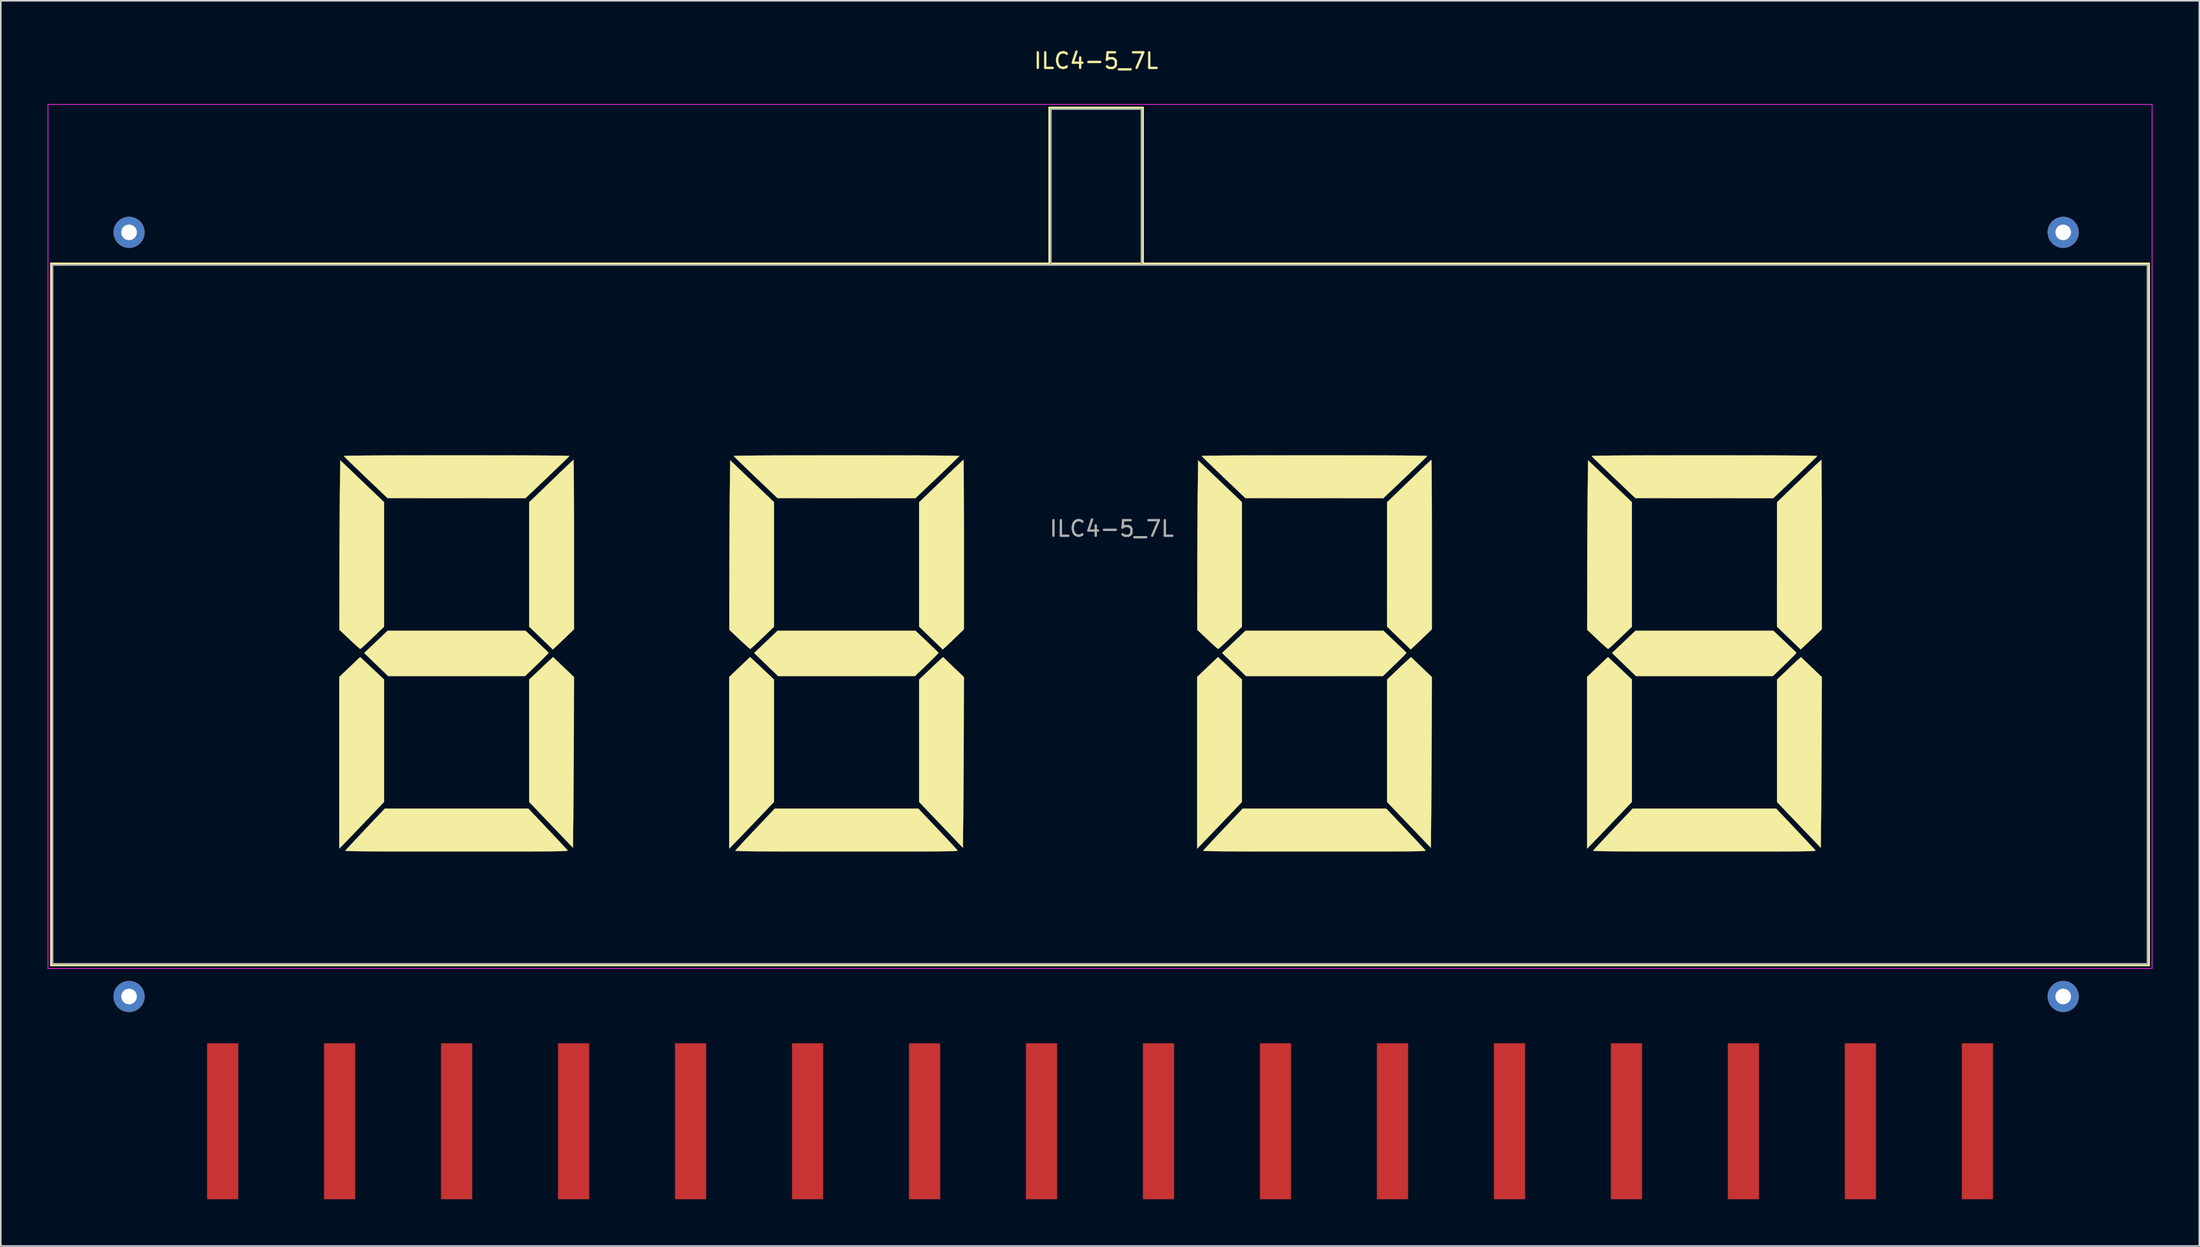
<source format=kicad_pcb>
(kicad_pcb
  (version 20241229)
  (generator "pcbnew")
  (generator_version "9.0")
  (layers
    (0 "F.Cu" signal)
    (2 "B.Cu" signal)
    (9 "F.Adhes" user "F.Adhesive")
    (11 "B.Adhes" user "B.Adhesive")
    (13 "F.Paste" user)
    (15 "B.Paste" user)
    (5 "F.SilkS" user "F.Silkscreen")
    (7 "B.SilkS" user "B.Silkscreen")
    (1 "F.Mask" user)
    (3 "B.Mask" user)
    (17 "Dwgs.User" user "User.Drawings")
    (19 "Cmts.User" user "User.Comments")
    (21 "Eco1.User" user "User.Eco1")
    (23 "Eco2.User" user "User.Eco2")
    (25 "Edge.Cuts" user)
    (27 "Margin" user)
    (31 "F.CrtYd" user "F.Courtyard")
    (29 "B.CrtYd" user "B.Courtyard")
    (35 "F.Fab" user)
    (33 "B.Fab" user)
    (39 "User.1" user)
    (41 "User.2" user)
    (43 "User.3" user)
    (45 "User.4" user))
  (footprint "ILC4-5_7L"
    (layer "F.Cu")
    (at 11.225 68.848)
    (property "Reference" "ILC4-5_7L" (at 56 -68 0) (layer "F.SilkS") (effects (font (size 1 1) (thickness 0.15))))
    (attr smd)
    (fp_line (start -11 -55) (end 123.5 -55) (stroke (width 0.12) (type solid)) (layer "F.SilkS"))
    (fp_line (start -11 -10) (end -11 -55) (stroke (width 0.12) (type solid)) (layer "F.SilkS"))
    (fp_line (start -11 -10) (end 123.5 -10) (stroke (width 0.12) (type solid)) (layer "F.SilkS"))
    (fp_line (start 53 -55) (end 53 -65) (stroke (width 0.12) (type solid)) (layer "F.SilkS"))
    (fp_line (start 59 -65) (end 53 -65) (stroke (width 0.12) (type solid)) (layer "F.SilkS"))
    (fp_line (start 59 -55) (end 59 -65) (stroke (width 0.12) (type solid)) (layer "F.SilkS"))
    (fp_line (start 123.5 -10) (end 123.5 -55) (stroke (width 0.12) (type solid)) (layer "F.SilkS"))
    (fp_poly (pts (xy 9.025 -29.571) (xy 9.124 -29.479) (xy 9.268 -29.344) (xy 9.442 -29.181) (xy 9.632 -29.002) (xy 9.793 -28.85) (xy 10.349 -28.324) (xy 10.349 -20.474) (xy 9.092 -19.16) (xy 8.825 -18.881) (xy 8.57 -18.614) (xy 8.332 -18.366) (xy 8.119 -18.144) (xy 7.937 -17.955) (xy 7.793 -17.806) (xy 7.694 -17.703) (xy 7.656 -17.665) (xy 7.477 -17.483) (xy 7.477 -28.493) (xy 8.813 -29.767) (xy 9.025 -29.571)) (stroke (width 0.01) (type solid)) (fill yes) (layer "F.SilkS"))
    (fp_poly (pts (xy 34.025 -29.571) (xy 34.124 -29.479) (xy 34.268 -29.344) (xy 34.442 -29.181) (xy 34.632 -29.002) (xy 34.793 -28.85) (xy 35.349 -28.324) (xy 35.349 -20.474) (xy 34.092 -19.16) (xy 33.825 -18.881) (xy 33.57 -18.614) (xy 33.332 -18.366) (xy 33.119 -18.144) (xy 32.937 -17.955) (xy 32.793 -17.806) (xy 32.694 -17.703) (xy 32.656 -17.665) (xy 32.477 -17.483) (xy 32.477 -28.493) (xy 33.813 -29.767) (xy 34.025 -29.571)) (stroke (width 0.01) (type solid)) (fill yes) (layer "F.SilkS"))
    (fp_poly (pts (xy 64.025 -29.571) (xy 64.124 -29.479) (xy 64.268 -29.344) (xy 64.442 -29.181) (xy 64.632 -29.002) (xy 64.793 -28.85) (xy 65.349 -28.324) (xy 65.349 -20.474) (xy 64.092 -19.16) (xy 63.825 -18.881) (xy 63.57 -18.614) (xy 63.332 -18.366) (xy 63.119 -18.144) (xy 62.937 -17.955) (xy 62.793 -17.806) (xy 62.694 -17.703) (xy 62.656 -17.665) (xy 62.477 -17.483) (xy 62.477 -28.493) (xy 63.813 -29.767) (xy 64.025 -29.571)) (stroke (width 0.01) (type solid)) (fill yes) (layer "F.SilkS"))
    (fp_poly (pts (xy 89.025 -29.571) (xy 89.124 -29.479) (xy 89.268 -29.344) (xy 89.442 -29.181) (xy 89.632 -29.002) (xy 89.793 -28.85) (xy 90.349 -28.324) (xy 90.349 -20.474) (xy 89.092 -19.16) (xy 88.825 -18.881) (xy 88.57 -18.614) (xy 88.332 -18.366) (xy 88.119 -18.144) (xy 87.937 -17.955) (xy 87.793 -17.806) (xy 87.694 -17.703) (xy 87.656 -17.665) (xy 87.477 -17.483) (xy 87.477 -28.493) (xy 88.813 -29.767) (xy 89.025 -29.571)) (stroke (width 0.01) (type solid)) (fill yes) (layer "F.SilkS"))
    (fp_poly (pts (xy 21.854 -29.125) (xy 22.523 -28.484) (xy 22.517 -25.733) (xy 22.516 -25.16) (xy 22.513 -24.527) (xy 22.51 -23.851) (xy 22.507 -23.153) (xy 22.503 -22.451) (xy 22.498 -21.764) (xy 22.494 -21.111) (xy 22.489 -20.512) (xy 22.487 -20.258) (xy 22.462 -17.533) (xy 21.057 -19.002) (xy 19.651 -20.471) (xy 19.651 -28.323) (xy 20.228 -28.87) (xy 20.421 -29.053) (xy 20.607 -29.229) (xy 20.774 -29.386) (xy 20.909 -29.512) (xy 20.995 -29.591) (xy 21.186 -29.766) (xy 21.854 -29.125)) (stroke (width 0.01) (type solid)) (fill yes) (layer "F.SilkS"))
    (fp_poly (pts (xy 46.854 -29.125) (xy 47.523 -28.484) (xy 47.517 -25.733) (xy 47.516 -25.16) (xy 47.513 -24.527) (xy 47.51 -23.851) (xy 47.507 -23.153) (xy 47.503 -22.451) (xy 47.498 -21.764) (xy 47.494 -21.111) (xy 47.489 -20.512) (xy 47.487 -20.258) (xy 47.462 -17.533) (xy 46.057 -19.002) (xy 44.651 -20.471) (xy 44.651 -28.323) (xy 45.228 -28.87) (xy 45.421 -29.053) (xy 45.607 -29.229) (xy 45.774 -29.386) (xy 45.909 -29.512) (xy 45.995 -29.591) (xy 46.186 -29.766) (xy 46.854 -29.125)) (stroke (width 0.01) (type solid)) (fill yes) (layer "F.SilkS"))
    (fp_poly (pts (xy 76.854 -29.125) (xy 77.523 -28.484) (xy 77.517 -25.733) (xy 77.516 -25.16) (xy 77.513 -24.527) (xy 77.51 -23.851) (xy 77.507 -23.153) (xy 77.503 -22.451) (xy 77.498 -21.764) (xy 77.494 -21.111) (xy 77.489 -20.512) (xy 77.487 -20.258) (xy 77.462 -17.533) (xy 76.057 -19.002) (xy 74.651 -20.471) (xy 74.651 -28.323) (xy 75.228 -28.87) (xy 75.421 -29.053) (xy 75.607 -29.229) (xy 75.774 -29.386) (xy 75.909 -29.512) (xy 75.995 -29.591) (xy 76.186 -29.766) (xy 76.854 -29.125)) (stroke (width 0.01) (type solid)) (fill yes) (layer "F.SilkS"))
    (fp_poly (pts (xy 101.854 -29.125) (xy 102.523 -28.484) (xy 102.517 -25.733) (xy 102.516 -25.16) (xy 102.513 -24.527) (xy 102.51 -23.851) (xy 102.507 -23.153) (xy 102.503 -22.451) (xy 102.498 -21.764) (xy 102.494 -21.111) (xy 102.489 -20.512) (xy 102.487 -20.258) (xy 102.462 -17.533) (xy 101.057 -19.002) (xy 99.651 -20.471) (xy 99.651 -28.323) (xy 100.228 -28.87) (xy 100.421 -29.053) (xy 100.607 -29.229) (xy 100.774 -29.386) (xy 100.909 -29.512) (xy 100.995 -29.591) (xy 101.186 -29.766) (xy 101.854 -29.125)) (stroke (width 0.01) (type solid)) (fill yes) (layer "F.SilkS"))
    (fp_poly (pts (xy 20.151 -30.761) (xy 20.353 -30.569) (xy 20.534 -30.395) (xy 20.687 -30.248) (xy 20.804 -30.133) (xy 20.876 -30.061) (xy 20.897 -30.038) (xy 20.872 -30.004) (xy 20.796 -29.921) (xy 20.677 -29.798) (xy 20.522 -29.642) (xy 20.338 -29.462) (xy 20.148 -29.278) (xy 19.388 -28.545) (xy 10.61 -28.544) (xy 9.075 -30.027) (xy 9.54 -30.468) (xy 9.729 -30.648) (xy 9.924 -30.833) (xy 10.107 -31.007) (xy 10.256 -31.149) (xy 10.291 -31.183) (xy 10.577 -31.456) (xy 19.417 -31.456) (xy 20.151 -30.761)) (stroke (width 0.01) (type solid)) (fill yes) (layer "F.SilkS"))
    (fp_poly (pts (xy 45.151 -30.761) (xy 45.353 -30.569) (xy 45.534 -30.395) (xy 45.687 -30.248) (xy 45.804 -30.133) (xy 45.876 -30.061) (xy 45.897 -30.038) (xy 45.872 -30.004) (xy 45.796 -29.921) (xy 45.677 -29.798) (xy 45.522 -29.642) (xy 45.338 -29.462) (xy 45.148 -29.278) (xy 44.388 -28.545) (xy 35.61 -28.544) (xy 34.075 -30.027) (xy 34.54 -30.468) (xy 34.729 -30.648) (xy 34.924 -30.833) (xy 35.107 -31.007) (xy 35.256 -31.149) (xy 35.291 -31.183) (xy 35.577 -31.456) (xy 44.417 -31.456) (xy 45.151 -30.761)) (stroke (width 0.01) (type solid)) (fill yes) (layer "F.SilkS"))
    (fp_poly (pts (xy 75.151 -30.761) (xy 75.353 -30.569) (xy 75.534 -30.395) (xy 75.687 -30.248) (xy 75.804 -30.133) (xy 75.876 -30.061) (xy 75.897 -30.038) (xy 75.872 -30.004) (xy 75.796 -29.921) (xy 75.677 -29.798) (xy 75.522 -29.642) (xy 75.338 -29.462) (xy 75.148 -29.278) (xy 74.388 -28.545) (xy 65.61 -28.544) (xy 64.075 -30.027) (xy 64.54 -30.468) (xy 64.729 -30.648) (xy 64.924 -30.833) (xy 65.107 -31.007) (xy 65.256 -31.149) (xy 65.291 -31.183) (xy 65.577 -31.456) (xy 74.417 -31.456) (xy 75.151 -30.761)) (stroke (width 0.01) (type solid)) (fill yes) (layer "F.SilkS"))
    (fp_poly (pts (xy 100.151 -30.761) (xy 100.353 -30.569) (xy 100.534 -30.395) (xy 100.687 -30.248) (xy 100.804 -30.133) (xy 100.876 -30.061) (xy 100.897 -30.038) (xy 100.872 -30.004) (xy 100.796 -29.921) (xy 100.677 -29.798) (xy 100.522 -29.642) (xy 100.338 -29.462) (xy 100.148 -29.278) (xy 99.388 -28.545) (xy 90.61 -28.544) (xy 89.075 -30.027) (xy 89.54 -30.468) (xy 89.729 -30.648) (xy 89.924 -30.833) (xy 90.107 -31.007) (xy 90.256 -31.149) (xy 90.291 -31.183) (xy 90.577 -31.456) (xy 99.417 -31.456) (xy 100.151 -30.761)) (stroke (width 0.01) (type solid)) (fill yes) (layer "F.SilkS"))
    (fp_poly (pts (xy 8.943 -41.042) (xy 10.349 -39.699) (xy 10.349 -31.709) (xy 9.605 -30.996) (xy 9.402 -30.802) (xy 9.217 -30.629) (xy 9.058 -30.482) (xy 8.934 -30.371) (xy 8.853 -30.303) (xy 8.824 -30.283) (xy 8.785 -30.31) (xy 8.696 -30.384) (xy 8.567 -30.499) (xy 8.406 -30.646) (xy 8.222 -30.816) (xy 8.133 -30.9) (xy 7.481 -31.517) (xy 7.485 -34.752) (xy 7.486 -35.33) (xy 7.487 -35.937) (xy 7.489 -36.563) (xy 7.492 -37.192) (xy 7.495 -37.814) (xy 7.499 -38.414) (xy 7.503 -38.979) (xy 7.507 -39.498) (xy 7.511 -39.955) (xy 7.513 -40.186) (xy 7.538 -42.385) (xy 8.943 -41.042)) (stroke (width 0.01) (type solid)) (fill yes) (layer "F.SilkS"))
    (fp_poly (pts (xy 33.943 -41.042) (xy 35.349 -39.699) (xy 35.349 -31.709) (xy 34.605 -30.996) (xy 34.402 -30.802) (xy 34.217 -30.629) (xy 34.058 -30.482) (xy 33.934 -30.371) (xy 33.853 -30.303) (xy 33.824 -30.283) (xy 33.785 -30.31) (xy 33.696 -30.384) (xy 33.567 -30.499) (xy 33.406 -30.646) (xy 33.222 -30.816) (xy 33.133 -30.9) (xy 32.481 -31.517) (xy 32.485 -34.752) (xy 32.486 -35.33) (xy 32.487 -35.937) (xy 32.489 -36.563) (xy 32.492 -37.192) (xy 32.495 -37.814) (xy 32.499 -38.414) (xy 32.503 -38.979) (xy 32.507 -39.498) (xy 32.511 -39.955) (xy 32.513 -40.186) (xy 32.538 -42.385) (xy 33.943 -41.042)) (stroke (width 0.01) (type solid)) (fill yes) (layer "F.SilkS"))
    (fp_poly (pts (xy 63.943 -41.042) (xy 65.349 -39.699) (xy 65.349 -31.709) (xy 64.605 -30.996) (xy 64.402 -30.802) (xy 64.217 -30.629) (xy 64.058 -30.482) (xy 63.934 -30.371) (xy 63.853 -30.303) (xy 63.824 -30.283) (xy 63.785 -30.31) (xy 63.696 -30.384) (xy 63.567 -30.499) (xy 63.406 -30.646) (xy 63.222 -30.816) (xy 63.133 -30.9) (xy 62.481 -31.517) (xy 62.485 -34.752) (xy 62.486 -35.33) (xy 62.487 -35.937) (xy 62.489 -36.563) (xy 62.492 -37.192) (xy 62.495 -37.814) (xy 62.499 -38.414) (xy 62.503 -38.979) (xy 62.507 -39.498) (xy 62.511 -39.955) (xy 62.513 -40.186) (xy 62.538 -42.385) (xy 63.943 -41.042)) (stroke (width 0.01) (type solid)) (fill yes) (layer "F.SilkS"))
    (fp_poly (pts (xy 88.943 -41.042) (xy 90.349 -39.699) (xy 90.349 -31.709) (xy 89.605 -30.996) (xy 89.402 -30.802) (xy 89.217 -30.629) (xy 89.058 -30.482) (xy 88.934 -30.371) (xy 88.853 -30.303) (xy 88.824 -30.283) (xy 88.785 -30.31) (xy 88.696 -30.384) (xy 88.567 -30.499) (xy 88.406 -30.646) (xy 88.222 -30.816) (xy 88.133 -30.9) (xy 87.481 -31.517) (xy 87.485 -34.752) (xy 87.486 -35.33) (xy 87.487 -35.937) (xy 87.489 -36.563) (xy 87.492 -37.192) (xy 87.495 -37.814) (xy 87.499 -38.414) (xy 87.503 -38.979) (xy 87.507 -39.498) (xy 87.511 -39.955) (xy 87.513 -40.186) (xy 87.538 -42.385) (xy 88.943 -41.042)) (stroke (width 0.01) (type solid)) (fill yes) (layer "F.SilkS"))
    (fp_poly (pts (xy 22.501 -42.377) (xy 22.504 -42.261) (xy 22.507 -42.074) (xy 22.51 -41.82) (xy 22.512 -41.503) (xy 22.514 -41.129) (xy 22.516 -40.702) (xy 22.518 -40.227) (xy 22.52 -39.708) (xy 22.521 -39.151) (xy 22.522 -38.559) (xy 22.523 -37.938) (xy 22.523 -37.292) (xy 22.523 -36.98) (xy 22.523 -31.542) (xy 22.088 -31.123) (xy 21.91 -30.951) (xy 21.728 -30.778) (xy 21.562 -30.62) (xy 21.432 -30.497) (xy 21.411 -30.478) (xy 21.168 -30.251) (xy 20.409 -30.985) (xy 19.649 -31.719) (xy 19.651 -39.692) (xy 20.005 -40.033) (xy 20.119 -40.143) (xy 20.282 -40.3) (xy 20.483 -40.495) (xy 20.714 -40.717) (xy 20.964 -40.959) (xy 21.224 -41.209) (xy 21.417 -41.396) (xy 21.659 -41.629) (xy 21.883 -41.844) (xy 22.083 -42.034) (xy 22.25 -42.192) (xy 22.38 -42.313) (xy 22.465 -42.39) (xy 22.498 -42.417) (xy 22.501 -42.377)) (stroke (width 0.01) (type solid)) (fill yes) (layer "F.SilkS"))
    (fp_poly (pts (xy 47.501 -42.377) (xy 47.504 -42.261) (xy 47.507 -42.074) (xy 47.51 -41.82) (xy 47.512 -41.503) (xy 47.514 -41.129) (xy 47.516 -40.702) (xy 47.518 -40.227) (xy 47.52 -39.708) (xy 47.521 -39.151) (xy 47.522 -38.559) (xy 47.523 -37.938) (xy 47.523 -37.292) (xy 47.523 -36.98) (xy 47.523 -31.542) (xy 47.088 -31.123) (xy 46.91 -30.951) (xy 46.728 -30.778) (xy 46.562 -30.62) (xy 46.432 -30.497) (xy 46.411 -30.478) (xy 46.168 -30.251) (xy 45.409 -30.985) (xy 44.649 -31.719) (xy 44.651 -39.692) (xy 45.005 -40.033) (xy 45.119 -40.143) (xy 45.282 -40.3) (xy 45.483 -40.495) (xy 45.714 -40.717) (xy 45.964 -40.959) (xy 46.224 -41.209) (xy 46.417 -41.396) (xy 46.659 -41.629) (xy 46.883 -41.844) (xy 47.083 -42.034) (xy 47.25 -42.192) (xy 47.38 -42.313) (xy 47.465 -42.39) (xy 47.498 -42.417) (xy 47.501 -42.377)) (stroke (width 0.01) (type solid)) (fill yes) (layer "F.SilkS"))
    (fp_poly (pts (xy 77.501 -42.377) (xy 77.504 -42.261) (xy 77.507 -42.074) (xy 77.51 -41.82) (xy 77.512 -41.503) (xy 77.514 -41.129) (xy 77.516 -40.702) (xy 77.518 -40.227) (xy 77.52 -39.708) (xy 77.521 -39.151) (xy 77.522 -38.559) (xy 77.523 -37.938) (xy 77.523 -37.292) (xy 77.523 -36.98) (xy 77.523 -31.542) (xy 77.088 -31.123) (xy 76.91 -30.951) (xy 76.728 -30.778) (xy 76.562 -30.62) (xy 76.432 -30.497) (xy 76.411 -30.478) (xy 76.168 -30.251) (xy 75.409 -30.985) (xy 74.649 -31.719) (xy 74.651 -39.692) (xy 75.005 -40.033) (xy 75.119 -40.143) (xy 75.282 -40.3) (xy 75.483 -40.495) (xy 75.714 -40.717) (xy 75.964 -40.959) (xy 76.224 -41.209) (xy 76.417 -41.396) (xy 76.659 -41.629) (xy 76.883 -41.844) (xy 77.083 -42.034) (xy 77.25 -42.192) (xy 77.38 -42.313) (xy 77.465 -42.39) (xy 77.498 -42.417) (xy 77.501 -42.377)) (stroke (width 0.01) (type solid)) (fill yes) (layer "F.SilkS"))
    (fp_poly (pts (xy 102.501 -42.377) (xy 102.504 -42.261) (xy 102.507 -42.074) (xy 102.51 -41.82) (xy 102.512 -41.503) (xy 102.514 -41.129) (xy 102.516 -40.702) (xy 102.518 -40.227) (xy 102.52 -39.708) (xy 102.521 -39.151) (xy 102.522 -38.559) (xy 102.523 -37.938) (xy 102.523 -37.292) (xy 102.523 -36.98) (xy 102.523 -31.542) (xy 102.088 -31.123) (xy 101.91 -30.951) (xy 101.728 -30.778) (xy 101.562 -30.62) (xy 101.432 -30.497) (xy 101.411 -30.478) (xy 101.168 -30.251) (xy 100.409 -30.985) (xy 99.649 -31.719) (xy 99.651 -39.692) (xy 100.005 -40.033) (xy 100.119 -40.143) (xy 100.282 -40.3) (xy 100.483 -40.495) (xy 100.714 -40.717) (xy 100.964 -40.959) (xy 101.224 -41.209) (xy 101.417 -41.396) (xy 101.659 -41.629) (xy 101.883 -41.844) (xy 102.083 -42.034) (xy 102.25 -42.192) (xy 102.38 -42.313) (xy 102.465 -42.39) (xy 102.498 -42.417) (xy 102.501 -42.377)) (stroke (width 0.01) (type solid)) (fill yes) (layer "F.SilkS"))
    (fp_poly (pts (xy 15.956 -42.7) (xy 16.849 -42.699) (xy 17.68 -42.698) (xy 18.447 -42.697) (xy 19.147 -42.695) (xy 19.78 -42.693) (xy 20.344 -42.69) (xy 20.837 -42.687) (xy 21.258 -42.683) (xy 21.606 -42.68) (xy 21.879 -42.676) (xy 22.075 -42.671) (xy 22.194 -42.666) (xy 22.233 -42.661) (xy 22.233 -42.661) (xy 22.202 -42.626) (xy 22.118 -42.541) (xy 21.986 -42.412) (xy 21.814 -42.244) (xy 21.605 -42.042) (xy 21.367 -41.813) (xy 21.104 -41.561) (xy 20.823 -41.293) (xy 20.816 -41.286) (xy 19.412 -39.95) (xy 14.992 -39.952) (xy 10.571 -39.955) (xy 9.176 -41.286) (xy 8.896 -41.554) (xy 8.634 -41.806) (xy 8.396 -42.036) (xy 8.187 -42.238) (xy 8.014 -42.407) (xy 7.883 -42.537) (xy 7.799 -42.623) (xy 7.767 -42.659) (xy 7.767 -42.659) (xy 7.802 -42.665) (xy 7.91 -42.67) (xy 8.093 -42.675) (xy 8.351 -42.679) (xy 8.685 -42.683) (xy 9.094 -42.687) (xy 9.58 -42.69) (xy 10.143 -42.693) (xy 10.784 -42.695) (xy 11.502 -42.697) (xy 12.3 -42.698) (xy 13.177 -42.699) (xy 14.134 -42.7) (xy 15 -42.7) (xy 15.956 -42.7)) (stroke (width 0.01) (type solid)) (fill yes) (layer "F.SilkS"))
    (fp_poly (pts (xy 40.956 -42.7) (xy 41.849 -42.699) (xy 42.68 -42.698) (xy 43.447 -42.697) (xy 44.147 -42.695) (xy 44.78 -42.693) (xy 45.344 -42.69) (xy 45.837 -42.687) (xy 46.258 -42.683) (xy 46.606 -42.68) (xy 46.879 -42.676) (xy 47.075 -42.671) (xy 47.194 -42.666) (xy 47.233 -42.661) (xy 47.233 -42.661) (xy 47.202 -42.626) (xy 47.118 -42.541) (xy 46.986 -42.412) (xy 46.814 -42.244) (xy 46.605 -42.042) (xy 46.367 -41.813) (xy 46.104 -41.561) (xy 45.823 -41.293) (xy 45.816 -41.286) (xy 44.412 -39.95) (xy 39.992 -39.952) (xy 35.571 -39.955) (xy 34.176 -41.286) (xy 33.896 -41.554) (xy 33.634 -41.806) (xy 33.396 -42.036) (xy 33.187 -42.238) (xy 33.014 -42.407) (xy 32.883 -42.537) (xy 32.799 -42.623) (xy 32.767 -42.659) (xy 32.767 -42.659) (xy 32.802 -42.665) (xy 32.91 -42.67) (xy 33.093 -42.675) (xy 33.351 -42.679) (xy 33.685 -42.683) (xy 34.094 -42.687) (xy 34.58 -42.69) (xy 35.143 -42.693) (xy 35.784 -42.695) (xy 36.502 -42.697) (xy 37.3 -42.698) (xy 38.177 -42.699) (xy 39.134 -42.7) (xy 40 -42.7) (xy 40.956 -42.7)) (stroke (width 0.01) (type solid)) (fill yes) (layer "F.SilkS"))
    (fp_poly (pts (xy 70.956 -42.7) (xy 71.849 -42.699) (xy 72.68 -42.698) (xy 73.447 -42.697) (xy 74.147 -42.695) (xy 74.78 -42.693) (xy 75.344 -42.69) (xy 75.837 -42.687) (xy 76.258 -42.683) (xy 76.606 -42.68) (xy 76.879 -42.676) (xy 77.075 -42.671) (xy 77.194 -42.666) (xy 77.233 -42.661) (xy 77.233 -42.661) (xy 77.202 -42.626) (xy 77.118 -42.541) (xy 76.986 -42.412) (xy 76.814 -42.244) (xy 76.605 -42.042) (xy 76.367 -41.813) (xy 76.104 -41.561) (xy 75.823 -41.293) (xy 75.816 -41.286) (xy 74.412 -39.95) (xy 69.992 -39.952) (xy 65.571 -39.955) (xy 64.176 -41.286) (xy 63.896 -41.554) (xy 63.634 -41.806) (xy 63.396 -42.036) (xy 63.187 -42.238) (xy 63.014 -42.407) (xy 62.883 -42.537) (xy 62.799 -42.623) (xy 62.767 -42.659) (xy 62.767 -42.659) (xy 62.802 -42.665) (xy 62.91 -42.67) (xy 63.093 -42.675) (xy 63.351 -42.679) (xy 63.685 -42.683) (xy 64.094 -42.687) (xy 64.58 -42.69) (xy 65.143 -42.693) (xy 65.784 -42.695) (xy 66.502 -42.697) (xy 67.3 -42.698) (xy 68.177 -42.699) (xy 69.134 -42.7) (xy 70 -42.7) (xy 70.956 -42.7)) (stroke (width 0.01) (type solid)) (fill yes) (layer "F.SilkS"))
    (fp_poly (pts (xy 95.956 -42.7) (xy 96.849 -42.699) (xy 97.68 -42.698) (xy 98.447 -42.697) (xy 99.147 -42.695) (xy 99.78 -42.693) (xy 100.344 -42.69) (xy 100.837 -42.687) (xy 101.258 -42.683) (xy 101.606 -42.68) (xy 101.879 -42.676) (xy 102.075 -42.671) (xy 102.194 -42.666) (xy 102.233 -42.661) (xy 102.233 -42.661) (xy 102.202 -42.626) (xy 102.118 -42.541) (xy 101.986 -42.412) (xy 101.814 -42.244) (xy 101.605 -42.042) (xy 101.367 -41.813) (xy 101.104 -41.561) (xy 100.823 -41.293) (xy 100.816 -41.286) (xy 99.412 -39.95) (xy 94.992 -39.952) (xy 90.571 -39.955) (xy 89.176 -41.286) (xy 88.896 -41.554) (xy 88.634 -41.806) (xy 88.396 -42.036) (xy 88.187 -42.238) (xy 88.014 -42.407) (xy 87.883 -42.537) (xy 87.799 -42.623) (xy 87.767 -42.659) (xy 87.767 -42.659) (xy 87.802 -42.665) (xy 87.91 -42.67) (xy 88.093 -42.675) (xy 88.351 -42.679) (xy 88.685 -42.683) (xy 89.094 -42.687) (xy 89.58 -42.69) (xy 90.143 -42.693) (xy 90.784 -42.695) (xy 91.502 -42.697) (xy 92.3 -42.698) (xy 93.177 -42.699) (xy 94.134 -42.7) (xy 95 -42.7) (xy 95.956 -42.7)) (stroke (width 0.01) (type solid)) (fill yes) (layer "F.SilkS"))
    (fp_poly (pts (xy 20.828 -18.751) (xy 21.086 -18.477) (xy 21.328 -18.22) (xy 21.548 -17.986) (xy 21.74 -17.78) (xy 21.899 -17.61) (xy 22.017 -17.481) (xy 22.09 -17.4) (xy 22.111 -17.375) (xy 22.116 -17.366) (xy 22.114 -17.357) (xy 22.103 -17.35) (xy 22.079 -17.343) (xy 22.038 -17.336) (xy 21.977 -17.33) (xy 21.892 -17.325) (xy 21.78 -17.321) (xy 21.638 -17.317) (xy 21.461 -17.314) (xy 21.247 -17.311) (xy 20.992 -17.308) (xy 20.692 -17.306) (xy 20.345 -17.305) (xy 19.946 -17.303) (xy 19.491 -17.302) (xy 18.979 -17.301) (xy 18.405 -17.301) (xy 17.765 -17.3) (xy 17.056 -17.3) (xy 16.275 -17.3) (xy 15.418 -17.3) (xy 15 -17.3) (xy 14.095 -17.3) (xy 13.267 -17.3) (xy 12.514 -17.301) (xy 11.832 -17.301) (xy 11.217 -17.302) (xy 10.667 -17.303) (xy 10.177 -17.305) (xy 9.746 -17.306) (xy 9.369 -17.308) (xy 9.043 -17.311) (xy 8.765 -17.314) (xy 8.532 -17.317) (xy 8.34 -17.32) (xy 8.186 -17.325) (xy 8.066 -17.329) (xy 7.978 -17.334) (xy 7.918 -17.34) (xy 7.883 -17.346) (xy 7.869 -17.353) (xy 7.869 -17.357) (xy 7.903 -17.397) (xy 7.987 -17.49) (xy 8.115 -17.629) (xy 8.281 -17.808) (xy 8.48 -18.021) (xy 8.706 -18.262) (xy 8.953 -18.524) (xy 9.15 -18.732) (xy 10.398 -20.05) (xy 19.599 -20.05) (xy 20.828 -18.751)) (stroke (width 0.01) (type solid)) (fill yes) (layer "F.SilkS"))
    (fp_poly (pts (xy 45.828 -18.751) (xy 46.086 -18.477) (xy 46.328 -18.22) (xy 46.548 -17.986) (xy 46.74 -17.78) (xy 46.899 -17.61) (xy 47.017 -17.481) (xy 47.09 -17.4) (xy 47.111 -17.375) (xy 47.116 -17.366) (xy 47.114 -17.357) (xy 47.103 -17.35) (xy 47.079 -17.343) (xy 47.038 -17.336) (xy 46.977 -17.33) (xy 46.892 -17.325) (xy 46.78 -17.321) (xy 46.638 -17.317) (xy 46.461 -17.314) (xy 46.247 -17.311) (xy 45.992 -17.308) (xy 45.692 -17.306) (xy 45.345 -17.305) (xy 44.946 -17.303) (xy 44.491 -17.302) (xy 43.979 -17.301) (xy 43.405 -17.301) (xy 42.765 -17.3) (xy 42.056 -17.3) (xy 41.275 -17.3) (xy 40.418 -17.3) (xy 40 -17.3) (xy 39.095 -17.3) (xy 38.267 -17.3) (xy 37.514 -17.301) (xy 36.832 -17.301) (xy 36.217 -17.302) (xy 35.667 -17.303) (xy 35.177 -17.305) (xy 34.746 -17.306) (xy 34.369 -17.308) (xy 34.043 -17.311) (xy 33.765 -17.314) (xy 33.532 -17.317) (xy 33.34 -17.32) (xy 33.186 -17.325) (xy 33.066 -17.329) (xy 32.978 -17.334) (xy 32.918 -17.34) (xy 32.883 -17.346) (xy 32.869 -17.353) (xy 32.869 -17.357) (xy 32.903 -17.397) (xy 32.987 -17.49) (xy 33.115 -17.629) (xy 33.281 -17.808) (xy 33.48 -18.021) (xy 33.706 -18.262) (xy 33.953 -18.524) (xy 34.15 -18.732) (xy 35.398 -20.05) (xy 44.599 -20.05) (xy 45.828 -18.751)) (stroke (width 0.01) (type solid)) (fill yes) (layer "F.SilkS"))
    (fp_poly (pts (xy 75.828 -18.751) (xy 76.086 -18.477) (xy 76.328 -18.22) (xy 76.548 -17.986) (xy 76.74 -17.78) (xy 76.899 -17.61) (xy 77.017 -17.481) (xy 77.09 -17.4) (xy 77.111 -17.375) (xy 77.116 -17.366) (xy 77.114 -17.357) (xy 77.103 -17.35) (xy 77.079 -17.343) (xy 77.038 -17.336) (xy 76.977 -17.33) (xy 76.892 -17.325) (xy 76.78 -17.321) (xy 76.638 -17.317) (xy 76.461 -17.314) (xy 76.247 -17.311) (xy 75.992 -17.308) (xy 75.692 -17.306) (xy 75.345 -17.305) (xy 74.946 -17.303) (xy 74.491 -17.302) (xy 73.979 -17.301) (xy 73.405 -17.301) (xy 72.765 -17.3) (xy 72.056 -17.3) (xy 71.275 -17.3) (xy 70.418 -17.3) (xy 70 -17.3) (xy 69.095 -17.3) (xy 68.267 -17.3) (xy 67.514 -17.301) (xy 66.832 -17.301) (xy 66.217 -17.302) (xy 65.667 -17.303) (xy 65.177 -17.305) (xy 64.746 -17.306) (xy 64.369 -17.308) (xy 64.043 -17.311) (xy 63.765 -17.314) (xy 63.532 -17.317) (xy 63.34 -17.32) (xy 63.186 -17.325) (xy 63.066 -17.329) (xy 62.978 -17.334) (xy 62.918 -17.34) (xy 62.883 -17.346) (xy 62.869 -17.353) (xy 62.869 -17.357) (xy 62.903 -17.397) (xy 62.987 -17.49) (xy 63.115 -17.629) (xy 63.281 -17.808) (xy 63.48 -18.021) (xy 63.706 -18.262) (xy 63.953 -18.524) (xy 64.15 -18.732) (xy 65.398 -20.05) (xy 74.599 -20.05) (xy 75.828 -18.751)) (stroke (width 0.01) (type solid)) (fill yes) (layer "F.SilkS"))
    (fp_poly (pts (xy 100.828 -18.751) (xy 101.086 -18.477) (xy 101.328 -18.22) (xy 101.548 -17.986) (xy 101.74 -17.78) (xy 101.899 -17.61) (xy 102.017 -17.481) (xy 102.09 -17.4) (xy 102.111 -17.375) (xy 102.116 -17.366) (xy 102.114 -17.357) (xy 102.103 -17.35) (xy 102.079 -17.343) (xy 102.038 -17.336) (xy 101.977 -17.33) (xy 101.892 -17.325) (xy 101.78 -17.321) (xy 101.638 -17.317) (xy 101.461 -17.314) (xy 101.247 -17.311) (xy 100.992 -17.308) (xy 100.692 -17.306) (xy 100.345 -17.305) (xy 99.946 -17.303) (xy 99.491 -17.302) (xy 98.979 -17.301) (xy 98.405 -17.301) (xy 97.765 -17.3) (xy 97.056 -17.3) (xy 96.275 -17.3) (xy 95.418 -17.3) (xy 95 -17.3) (xy 94.095 -17.3) (xy 93.267 -17.3) (xy 92.514 -17.301) (xy 91.832 -17.301) (xy 91.217 -17.302) (xy 90.667 -17.303) (xy 90.177 -17.305) (xy 89.746 -17.306) (xy 89.369 -17.308) (xy 89.043 -17.311) (xy 88.765 -17.314) (xy 88.532 -17.317) (xy 88.34 -17.32) (xy 88.186 -17.325) (xy 88.066 -17.329) (xy 87.978 -17.334) (xy 87.918 -17.34) (xy 87.883 -17.346) (xy 87.869 -17.353) (xy 87.869 -17.357) (xy 87.903 -17.397) (xy 87.987 -17.49) (xy 88.115 -17.629) (xy 88.281 -17.808) (xy 88.48 -18.021) (xy 88.706 -18.262) (xy 88.953 -18.524) (xy 89.15 -18.732) (xy 90.398 -20.05) (xy 99.599 -20.05) (xy 100.828 -18.751)) (stroke (width 0.01) (type solid)) (fill yes) (layer "F.SilkS"))
    (fp_line (start -11.2 -65.2) (end -11.2 -9.8) (stroke (width 0.05) (type solid)) (layer "F.CrtYd"))
    (fp_line (start -11.2 -65.2) (end 123.7 -65.2) (stroke (width 0.05) (type solid)) (layer "F.CrtYd"))
    (fp_line (start -11.2 -9.8) (end 123.7 -9.8) (stroke (width 0.05) (type solid)) (layer "F.CrtYd"))
    (fp_line (start 123.7 -65.2) (end 123.7 -9.8) (stroke (width 0.05) (type solid)) (layer "F.CrtYd"))
    (fp_line (start -10.9 -54.9) (end -10.9 -10.1) (stroke (width 0.1) (type solid)) (layer "F.Fab"))
    (fp_line (start -10.9 -54.9) (end 123.4 -54.9) (stroke (width 0.1) (type solid)) (layer "F.Fab"))
    (fp_line (start -10.9 -10.1) (end 123.4 -10.1) (stroke (width 0.1) (type solid)) (layer "F.Fab"))
    (fp_line (start 53.1 -54.9) (end 53.1 -64.9) (stroke (width 0.1) (type solid)) (layer "F.Fab"))
    (fp_line (start 58.9 -64.9) (end 53.1 -64.9) (stroke (width 0.1) (type solid)) (layer "F.Fab"))
    (fp_line (start 58.9 -54.9) (end 58.9 -64.9) (stroke (width 0.1) (type solid)) (layer "F.Fab"))
    (fp_line (start 123.4 -54.9) (end 123.4 -10.1) (stroke (width 0.1) (type solid)) (layer "F.Fab"))
    (fp_text user "${REFERENCE}" (at 57 -38 0) (layer "F.Fab") (effects (font (size 1 1) (thickness 0.15))))
    (pad "" thru_hole circle (at -6 -57) (size 2 2) (drill 1) (layers "*.Cu" "*.Mask"))
    (pad "" thru_hole circle (at -6 -8) (size 2 2) (drill 1) (layers "*.Cu" "*.Mask"))
    (pad "" thru_hole circle (at 118 -57) (size 2 2) (drill 1) (layers "*.Cu" "*.Mask"))
    (pad "" thru_hole circle (at 118 -8) (size 2 2) (drill 1) (layers "*.Cu" "*.Mask"))
    (pad "1" smd rect (at 0 0) (size 2 10) (layers "F.Cu" "F.Mask" "F.Paste"))
    (pad "2" smd rect (at 7.5 0) (size 2 10) (layers "F.Cu" "F.Mask" "F.Paste"))
    (pad "3" smd rect (at 15 0) (size 2 10) (layers "F.Cu" "F.Mask" "F.Paste"))
    (pad "4" smd rect (at 22.5 0) (size 2 10) (layers "F.Cu" "F.Mask" "F.Paste"))
    (pad "5" smd rect (at 30 0) (size 2 10) (layers "F.Cu" "F.Mask" "F.Paste"))
    (pad "6" smd rect (at 37.5 0) (size 2 10) (layers "F.Cu" "F.Mask" "F.Paste"))
    (pad "7" smd rect (at 45 0) (size 2 10) (layers "F.Cu" "F.Mask" "F.Paste"))
    (pad "8" smd rect (at 52.5 0) (size 2 10) (layers "F.Cu" "F.Mask" "F.Paste"))
    (pad "9" smd rect (at 60 0) (size 2 10) (layers "F.Cu" "F.Mask" "F.Paste"))
    (pad "10" smd rect (at 67.5 0) (size 2 10) (layers "F.Cu" "F.Mask" "F.Paste"))
    (pad "11" smd rect (at 75 0) (size 2 10) (layers "F.Cu" "F.Mask" "F.Paste"))
    (pad "12" smd rect (at 82.5 0) (size 2 10) (layers "F.Cu" "F.Mask" "F.Paste"))
    (pad "13" smd rect (at 90 0) (size 2 10) (layers "F.Cu" "F.Mask" "F.Paste"))
    (pad "14" smd rect (at 97.5 0) (size 2 10) (layers "F.Cu" "F.Mask" "F.Paste"))
    (pad "15" smd rect (at 105 0) (size 2 10) (layers "F.Cu" "F.Mask" "F.Paste"))
    (pad "16" smd rect (at 112.5 0) (size 2 10) (layers "F.Cu" "F.Mask" "F.Paste")))
  (gr_rect
    (start -3 -3)
    (end 137.95 76.848)
    (stroke (width 0.1) (type default))
    (fill no)
    (layer "Edge.Cuts")))
</source>
